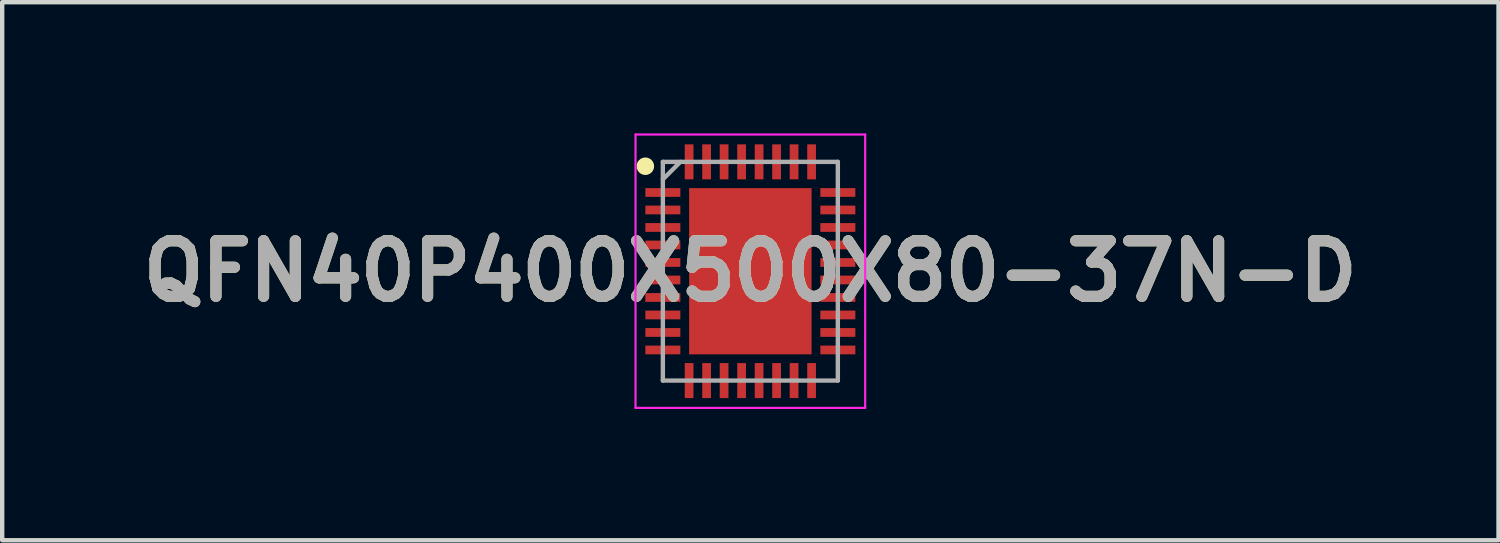
<source format=kicad_pcb>
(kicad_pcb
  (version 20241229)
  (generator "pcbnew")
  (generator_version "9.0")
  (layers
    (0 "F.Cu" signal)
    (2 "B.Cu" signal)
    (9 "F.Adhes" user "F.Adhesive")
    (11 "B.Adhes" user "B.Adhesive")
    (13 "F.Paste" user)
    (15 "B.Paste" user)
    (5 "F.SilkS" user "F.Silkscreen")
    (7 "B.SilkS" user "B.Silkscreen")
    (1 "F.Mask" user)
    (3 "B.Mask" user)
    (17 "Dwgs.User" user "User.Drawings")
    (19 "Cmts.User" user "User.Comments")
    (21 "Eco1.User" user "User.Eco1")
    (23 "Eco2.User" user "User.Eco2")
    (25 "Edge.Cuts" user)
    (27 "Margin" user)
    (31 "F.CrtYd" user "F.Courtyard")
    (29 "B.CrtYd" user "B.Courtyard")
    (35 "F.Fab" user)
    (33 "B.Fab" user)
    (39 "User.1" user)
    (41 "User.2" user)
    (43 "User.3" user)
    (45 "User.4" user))
  (footprint "QFN40P400X500X80-37N-D"
    (layer "F.Cu")
    (at 14.103 3.15)
    (property "Reference" "QFN40P400X500X80-37N-D" (at 0 0 0) (layer "F.SilkS") (effects (font (size 1.27 1.27) (thickness 0.254))))
    (attr smd)
    (fp_circle (center -2.4 -2.4) (end -2.4 -2.3) (stroke (width 0.2) (type solid)) (fill no) (layer "F.SilkS"))
    (fp_line (start -2.625 -3.125) (end 2.625 -3.125) (stroke (width 0.05) (type solid)) (layer "F.CrtYd"))
    (fp_line (start -2.625 3.125) (end -2.625 -3.125) (stroke (width 0.05) (type solid)) (layer "F.CrtYd"))
    (fp_line (start 2.625 -3.125) (end 2.625 3.125) (stroke (width 0.05) (type solid)) (layer "F.CrtYd"))
    (fp_line (start 2.625 3.125) (end -2.625 3.125) (stroke (width 0.05) (type solid)) (layer "F.CrtYd"))
    (fp_line (start -2 -2.5) (end 2 -2.5) (stroke (width 0.1) (type solid)) (layer "F.Fab"))
    (fp_line (start -2 -2.1) (end -1.6 -2.5) (stroke (width 0.1) (type solid)) (layer "F.Fab"))
    (fp_line (start -2 2.5) (end -2 -2.5) (stroke (width 0.1) (type solid)) (layer "F.Fab"))
    (fp_line (start 2 -2.5) (end 2 2.5) (stroke (width 0.1) (type solid)) (layer "F.Fab"))
    (fp_line (start 2 2.5) (end -2 2.5) (stroke (width 0.1) (type solid)) (layer "F.Fab"))
    (fp_text user "${REFERENCE}" (at 0 0 0) (layer "F.Fab") (effects (font (size 1.27 1.27) (thickness 0.254))))
    (pad "1" smd rect (at -2 -1.8 90) (size 0.2 0.8) (layers "F.Cu" "F.Mask" "F.Paste"))
    (pad "2" smd rect (at -2 -1.4 90) (size 0.2 0.8) (layers "F.Cu" "F.Mask" "F.Paste"))
    (pad "3" smd rect (at -2 -1 90) (size 0.2 0.8) (layers "F.Cu" "F.Mask" "F.Paste"))
    (pad "4" smd rect (at -2 -0.6 90) (size 0.2 0.8) (layers "F.Cu" "F.Mask" "F.Paste"))
    (pad "5" smd rect (at -2 -0.2 90) (size 0.2 0.8) (layers "F.Cu" "F.Mask" "F.Paste"))
    (pad "6" smd rect (at -2 0.2 90) (size 0.2 0.8) (layers "F.Cu" "F.Mask" "F.Paste"))
    (pad "7" smd rect (at -2 0.6 90) (size 0.2 0.8) (layers "F.Cu" "F.Mask" "F.Paste"))
    (pad "8" smd rect (at -2 1 90) (size 0.2 0.8) (layers "F.Cu" "F.Mask" "F.Paste"))
    (pad "9" smd rect (at -2 1.4 90) (size 0.2 0.8) (layers "F.Cu" "F.Mask" "F.Paste"))
    (pad "10" smd rect (at -2 1.8 90) (size 0.2 0.8) (layers "F.Cu" "F.Mask" "F.Paste"))
    (pad "11" smd rect (at -1.4 2.5) (size 0.2 0.8) (layers "F.Cu" "F.Mask" "F.Paste"))
    (pad "12" smd rect (at -1 2.5) (size 0.2 0.8) (layers "F.Cu" "F.Mask" "F.Paste"))
    (pad "13" smd rect (at -0.6 2.5) (size 0.2 0.8) (layers "F.Cu" "F.Mask" "F.Paste"))
    (pad "14" smd rect (at -0.2 2.5) (size 0.2 0.8) (layers "F.Cu" "F.Mask" "F.Paste"))
    (pad "15" smd rect (at 0.2 2.5) (size 0.2 0.8) (layers "F.Cu" "F.Mask" "F.Paste"))
    (pad "16" smd rect (at 0.6 2.5) (size 0.2 0.8) (layers "F.Cu" "F.Mask" "F.Paste"))
    (pad "17" smd rect (at 1 2.5) (size 0.2 0.8) (layers "F.Cu" "F.Mask" "F.Paste"))
    (pad "18" smd rect (at 1.4 2.5) (size 0.2 0.8) (layers "F.Cu" "F.Mask" "F.Paste"))
    (pad "19" smd rect (at 2 1.8 90) (size 0.2 0.8) (layers "F.Cu" "F.Mask" "F.Paste"))
    (pad "20" smd rect (at 2 1.4 90) (size 0.2 0.8) (layers "F.Cu" "F.Mask" "F.Paste"))
    (pad "21" smd rect (at 2 1 90) (size 0.2 0.8) (layers "F.Cu" "F.Mask" "F.Paste"))
    (pad "22" smd rect (at 2 0.6 90) (size 0.2 0.8) (layers "F.Cu" "F.Mask" "F.Paste"))
    (pad "23" smd rect (at 2 0.2 90) (size 0.2 0.8) (layers "F.Cu" "F.Mask" "F.Paste"))
    (pad "24" smd rect (at 2 -0.2 90) (size 0.2 0.8) (layers "F.Cu" "F.Mask" "F.Paste"))
    (pad "25" smd rect (at 2 -0.6 90) (size 0.2 0.8) (layers "F.Cu" "F.Mask" "F.Paste"))
    (pad "26" smd rect (at 2 -1 90) (size 0.2 0.8) (layers "F.Cu" "F.Mask" "F.Paste"))
    (pad "27" smd rect (at 2 -1.4 90) (size 0.2 0.8) (layers "F.Cu" "F.Mask" "F.Paste"))
    (pad "28" smd rect (at 2 -1.8 90) (size 0.2 0.8) (layers "F.Cu" "F.Mask" "F.Paste"))
    (pad "29" smd rect (at 1.4 -2.5) (size 0.2 0.8) (layers "F.Cu" "F.Mask" "F.Paste"))
    (pad "30" smd rect (at 1 -2.5) (size 0.2 0.8) (layers "F.Cu" "F.Mask" "F.Paste"))
    (pad "31" smd rect (at 0.6 -2.5) (size 0.2 0.8) (layers "F.Cu" "F.Mask" "F.Paste"))
    (pad "32" smd rect (at 0.2 -2.5) (size 0.2 0.8) (layers "F.Cu" "F.Mask" "F.Paste"))
    (pad "33" smd rect (at -0.2 -2.5) (size 0.2 0.8) (layers "F.Cu" "F.Mask" "F.Paste"))
    (pad "34" smd rect (at -0.6 -2.5) (size 0.2 0.8) (layers "F.Cu" "F.Mask" "F.Paste"))
    (pad "35" smd rect (at -1 -2.5) (size 0.2 0.8) (layers "F.Cu" "F.Mask" "F.Paste"))
    (pad "36" smd rect (at -1.4 -2.5) (size 0.2 0.8) (layers "F.Cu" "F.Mask" "F.Paste"))
    (pad "37" smd rect (at 0 0) (size 2.8 3.8) (layers "F.Cu" "F.Mask" "F.Paste")))
  (gr_rect
    (start -3 -3)
    (end 31.206 9.3)
    (stroke (width 0.1) (type default))
    (fill no)
    (layer "Edge.Cuts")))
</source>
